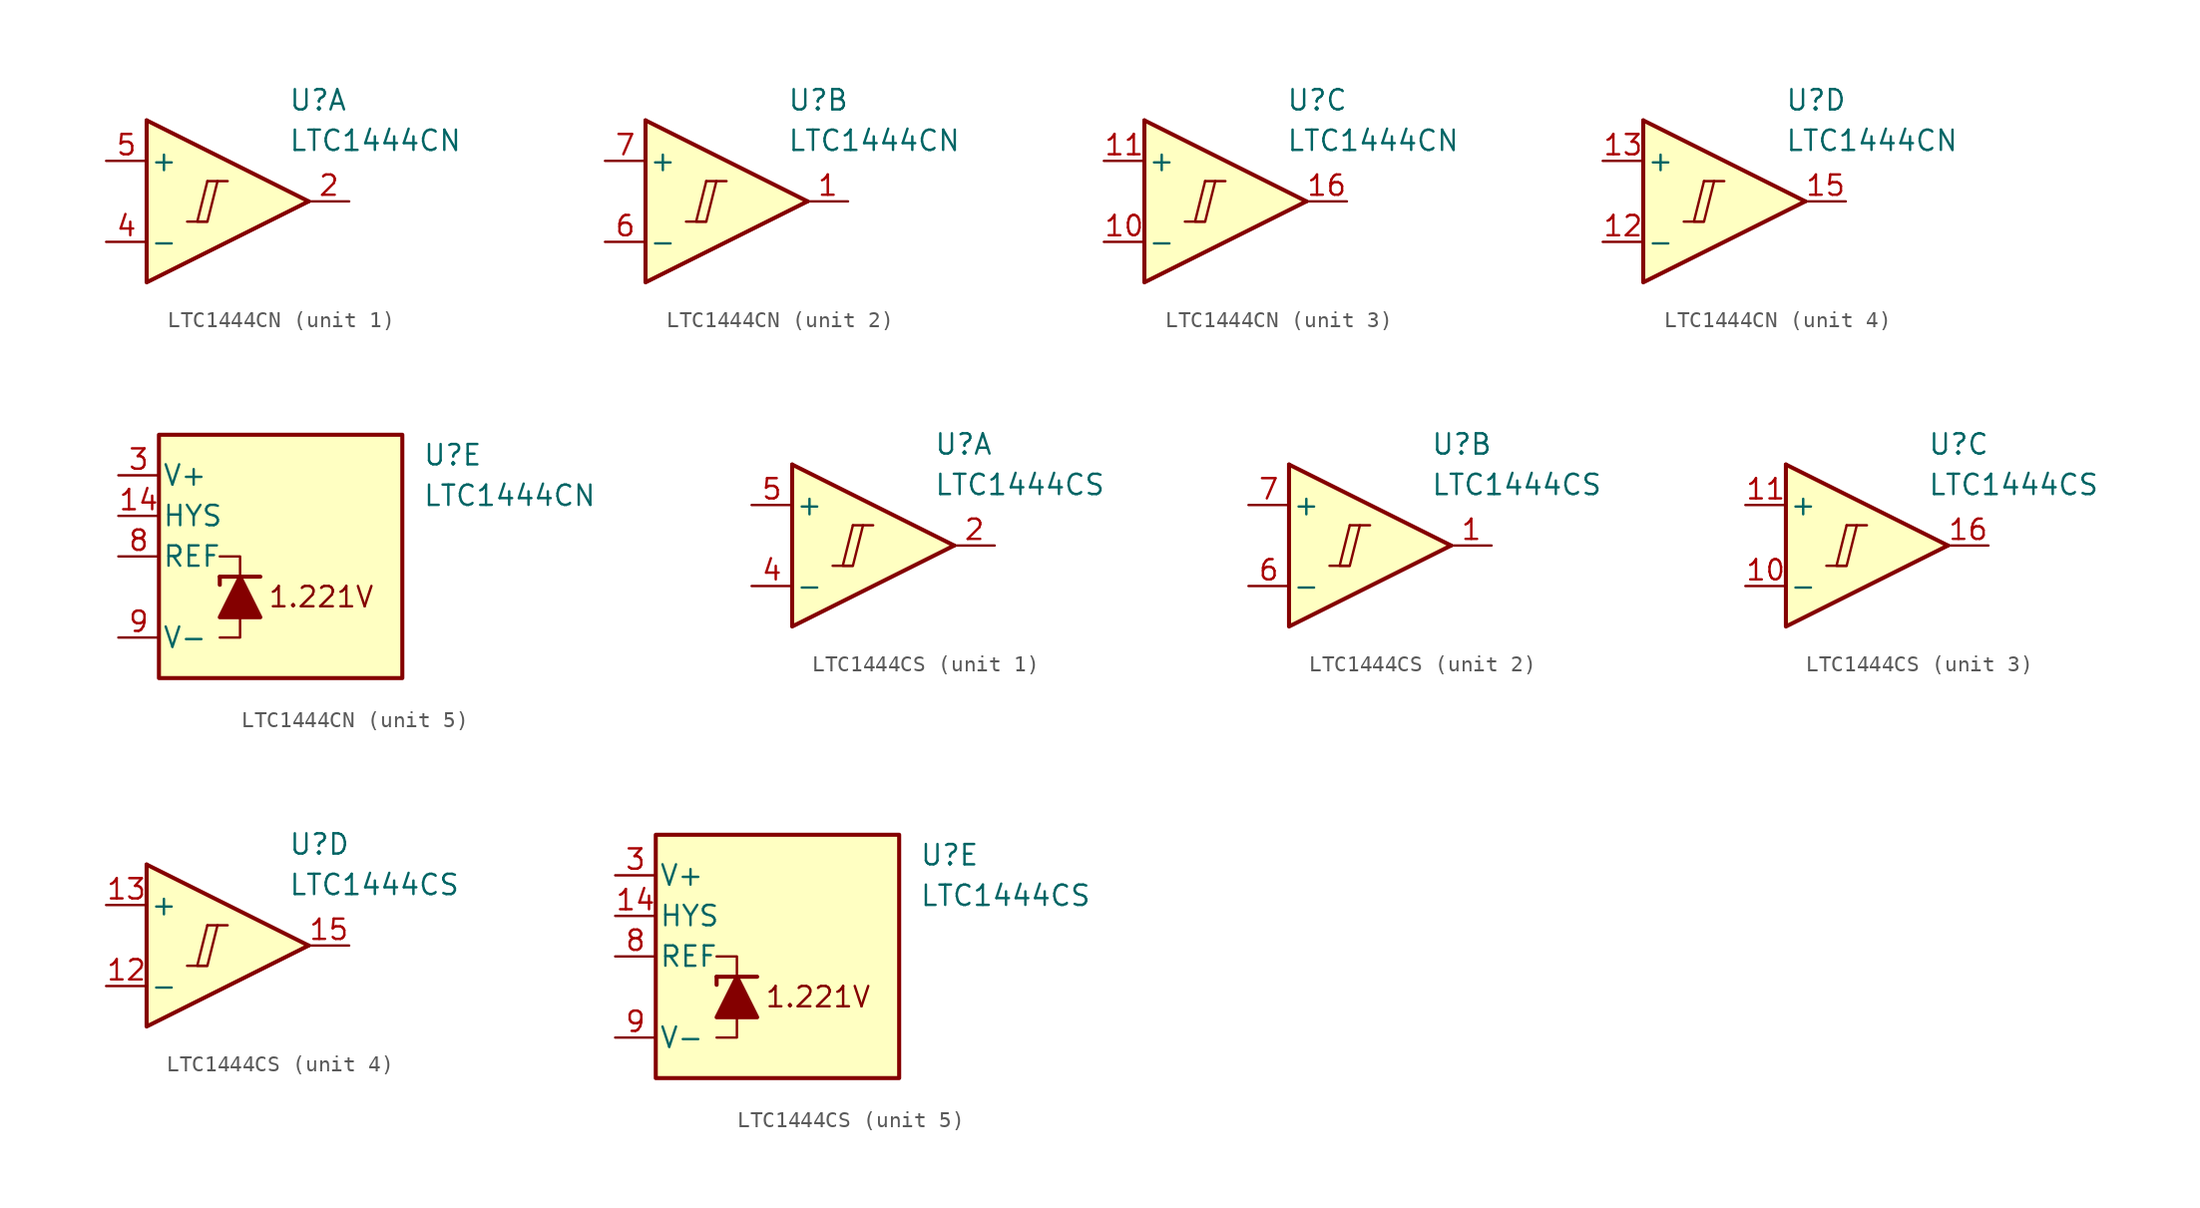
<source format=kicad_sym>
(kicad_symbol_lib
  (version 20231120)
  (generator "kicad_symbol_editor")
  (generator_version "8.0")
  (symbol "LTC1444CN"
    (pin_names
      (offset 0.2))
    (property "Reference" "U"
      (at 5.08 6.35 0)
      (effects (font (size 1.27 1.27)) (justify left)))
    (property "Value" "LTC1444CN"
      (at 5.08 3.81 0)
      (effects (font (size 1.27 1.27)) (justify left)))
    (property "ki_locked" ""
      (at 0 0 0)
      (effects (font (size 1.27 1.27))))
    (symbol "LTC1444CN_1_0"
      (polyline (pts (xy -1.27 -1.27) (xy 0 -1.27)) (stroke (width 0.152) (type default)) (fill (type none)))
      (polyline (pts (xy 0 1.27) (xy 1.27 1.27)) (stroke (width 0.152) (type default)) (fill (type none)))
      (polyline (pts (xy 0 1.27) (xy -0.635 -1.27) (xy 0 -1.27) (xy 0.635 1.27)) (stroke (width 0.152) (type default)) (fill (type none))))
    (symbol "LTC1444CN_1_1"
      (polyline (pts (xy -3.81 5.08) (xy 6.35 0)) (stroke (width 0.254) (type default)) (fill (type none)))
      (polyline (pts (xy -3.81 5.08) (xy -3.81 -5.08) (xy 6.35 0)) (stroke (width 0.254) (type default)) (fill (type background)))
      (pin output line (at 8.89 0 180) (length 2.54) (name "~" (effects (font (size 1.27 1.27)))) (number "2" (effects (font (size 1.27 1.27)))))
      (pin input line (at -6.35 -2.54 0) (length 2.54) (name "-" (effects (font (size 1.27 1.27)))) (number "4" (effects (font (size 1.27 1.27)))))
      (pin input line (at -6.35 2.54 0) (length 2.54) (name "+" (effects (font (size 1.27 1.27)))) (number "5" (effects (font (size 1.27 1.27))))))
    (symbol "LTC1444CN_2_0"
      (polyline (pts (xy -1.27 -1.27) (xy 0 -1.27)) (stroke (width 0.152) (type default)) (fill (type none)))
      (polyline (pts (xy 0 1.27) (xy 1.27 1.27)) (stroke (width 0.152) (type default)) (fill (type none)))
      (polyline (pts (xy 0 1.27) (xy -0.635 -1.27) (xy 0 -1.27) (xy 0.635 1.27)) (stroke (width 0.152) (type default)) (fill (type none))))
    (symbol "LTC1444CN_2_1"
      (polyline (pts (xy -3.81 5.08) (xy 6.35 0)) (stroke (width 0.254) (type default)) (fill (type none)))
      (polyline (pts (xy -3.81 5.08) (xy -3.81 -5.08) (xy 6.35 0)) (stroke (width 0.254) (type default)) (fill (type background)))
      (pin output line (at 8.89 0 180) (length 2.54) (name "~" (effects (font (size 1.27 1.27)))) (number "1" (effects (font (size 1.27 1.27)))))
      (pin input line (at -6.35 -2.54 0) (length 2.54) (name "-" (effects (font (size 1.27 1.27)))) (number "6" (effects (font (size 1.27 1.27)))))
      (pin input line (at -6.35 2.54 0) (length 2.54) (name "+" (effects (font (size 1.27 1.27)))) (number "7" (effects (font (size 1.27 1.27))))))
    (symbol "LTC1444CN_3_0"
      (polyline (pts (xy -1.27 -1.27) (xy 0 -1.27)) (stroke (width 0.152) (type default)) (fill (type none)))
      (polyline (pts (xy 0 1.27) (xy 1.27 1.27)) (stroke (width 0.152) (type default)) (fill (type none)))
      (polyline (pts (xy 0 1.27) (xy -0.635 -1.27) (xy 0 -1.27) (xy 0.635 1.27)) (stroke (width 0.152) (type default)) (fill (type none))))
    (symbol "LTC1444CN_3_1"
      (polyline (pts (xy -3.81 5.08) (xy 6.35 0)) (stroke (width 0.254) (type default)) (fill (type none)))
      (polyline (pts (xy -3.81 5.08) (xy -3.81 -5.08) (xy 6.35 0)) (stroke (width 0.254) (type default)) (fill (type background)))
      (pin input line (at -6.35 -2.54 0) (length 2.54) (name "-" (effects (font (size 1.27 1.27)))) (number "10" (effects (font (size 1.27 1.27)))))
      (pin input line (at -6.35 2.54 0) (length 2.54) (name "+" (effects (font (size 1.27 1.27)))) (number "11" (effects (font (size 1.27 1.27)))))
      (pin output line (at 8.89 0 180) (length 2.54) (name "~" (effects (font (size 1.27 1.27)))) (number "16" (effects (font (size 1.27 1.27))))))
    (symbol "LTC1444CN_4_0"
      (polyline (pts (xy -1.27 -1.27) (xy 0 -1.27)) (stroke (width 0.152) (type default)) (fill (type none)))
      (polyline (pts (xy 0 1.27) (xy 1.27 1.27)) (stroke (width 0.152) (type default)) (fill (type none)))
      (polyline (pts (xy 0 1.27) (xy -0.635 -1.27) (xy 0 -1.27) (xy 0.635 1.27)) (stroke (width 0.152) (type default)) (fill (type none))))
    (symbol "LTC1444CN_4_1"
      (polyline (pts (xy -3.81 5.08) (xy 6.35 0)) (stroke (width 0.254) (type default)) (fill (type none)))
      (polyline (pts (xy -3.81 5.08) (xy -3.81 -5.08) (xy 6.35 0)) (stroke (width 0.254) (type default)) (fill (type background)))
      (pin input line (at -6.35 -2.54 0) (length 2.54) (name "-" (effects (font (size 1.27 1.27)))) (number "12" (effects (font (size 1.27 1.27)))))
      (pin input line (at -6.35 2.54 0) (length 2.54) (name "+" (effects (font (size 1.27 1.27)))) (number "13" (effects (font (size 1.27 1.27)))))
      (pin output line (at 8.89 0 180) (length 2.54) (name "~" (effects (font (size 1.27 1.27)))) (number "15" (effects (font (size 1.27 1.27))))))
    (symbol "LTC1444CN_5_0"
      (text "1.221V" (at -1.27 -2.54 0) (effects (font (size 1.27 1.27)))))
    (symbol "LTC1444CN_5_1"
      (rectangle (start -11.43 7.62) (end 3.81 -7.62) (stroke (width 0.254) (type default)) (fill (type background)))
      (polyline (pts (xy -7.62 -1.27) (xy -7.62 -1.778)) (stroke (width 0.254) (type default)) (fill (type none)))
      (polyline (pts (xy -7.62 -1.27) (xy -5.08 -1.27)) (stroke (width 0.254) (type default)) (fill (type none)))
      (polyline (pts (xy -6.35 -3.81) (xy -6.35 -5.08) (xy -7.62 -5.08)) (stroke (width 0) (type default)) (fill (type none)))
      (polyline (pts (xy -6.35 -1.27) (xy -6.35 0) (xy -7.62 0)) (stroke (width 0) (type default)) (fill (type none)))
      (polyline (pts (xy -5.08 -3.81) (xy -7.62 -3.81) (xy -6.35 -1.27) (xy -5.08 -3.81)) (stroke (width 0.254) (type default)) (fill (type outline)))
      (pin input line (at -13.97 2.54 0) (length 2.54) (name "HYS" (effects (font (size 1.27 1.27)))) (number "14" (effects (font (size 1.27 1.27)))))
      (pin power_in line (at -13.97 5.08 0) (length 2.54) (name "V+" (effects (font (size 1.27 1.27)))) (number "3" (effects (font (size 1.27 1.27)))))
      (pin output line (at -13.97 0 0) (length 2.54) (name "REF" (effects (font (size 1.27 1.27)))) (number "8" (effects (font (size 1.27 1.27)))))
      (pin power_in line (at -13.97 -5.08 0) (length 2.54) (name "V-" (effects (font (size 1.27 1.27)))) (number "9" (effects (font (size 1.27 1.27)))))))
  (symbol "LTC1444CS"
    (pin_names
      (offset 0.2))
    (property "Reference" "U"
      (at 5.08 6.35 0)
      (effects (font (size 1.27 1.27)) (justify left)))
    (property "Value" "LTC1444CS"
      (at 5.08 3.81 0)
      (effects (font (size 1.27 1.27)) (justify left)))
    (property "ki_locked" ""
      (at 0 0 0)
      (effects (font (size 1.27 1.27))))
    (symbol "LTC1444CS_1_0"
      (polyline (pts (xy -1.27 -1.27) (xy 0 -1.27)) (stroke (width 0.152) (type default)) (fill (type none)))
      (polyline (pts (xy 0 1.27) (xy 1.27 1.27)) (stroke (width 0.152) (type default)) (fill (type none)))
      (polyline (pts (xy 0 1.27) (xy -0.635 -1.27) (xy 0 -1.27) (xy 0.635 1.27)) (stroke (width 0.152) (type default)) (fill (type none))))
    (symbol "LTC1444CS_1_1"
      (polyline (pts (xy -3.81 5.08) (xy 6.35 0)) (stroke (width 0.254) (type default)) (fill (type none)))
      (polyline (pts (xy -3.81 5.08) (xy -3.81 -5.08) (xy 6.35 0)) (stroke (width 0.254) (type default)) (fill (type background)))
      (pin output line (at 8.89 0 180) (length 2.54) (name "~" (effects (font (size 1.27 1.27)))) (number "2" (effects (font (size 1.27 1.27)))))
      (pin input line (at -6.35 -2.54 0) (length 2.54) (name "-" (effects (font (size 1.27 1.27)))) (number "4" (effects (font (size 1.27 1.27)))))
      (pin input line (at -6.35 2.54 0) (length 2.54) (name "+" (effects (font (size 1.27 1.27)))) (number "5" (effects (font (size 1.27 1.27))))))
    (symbol "LTC1444CS_2_0"
      (polyline (pts (xy -1.27 -1.27) (xy 0 -1.27)) (stroke (width 0.152) (type default)) (fill (type none)))
      (polyline (pts (xy 0 1.27) (xy 1.27 1.27)) (stroke (width 0.152) (type default)) (fill (type none)))
      (polyline (pts (xy 0 1.27) (xy -0.635 -1.27) (xy 0 -1.27) (xy 0.635 1.27)) (stroke (width 0.152) (type default)) (fill (type none))))
    (symbol "LTC1444CS_2_1"
      (polyline (pts (xy -3.81 5.08) (xy 6.35 0)) (stroke (width 0.254) (type default)) (fill (type none)))
      (polyline (pts (xy -3.81 5.08) (xy -3.81 -5.08) (xy 6.35 0)) (stroke (width 0.254) (type default)) (fill (type background)))
      (pin output line (at 8.89 0 180) (length 2.54) (name "~" (effects (font (size 1.27 1.27)))) (number "1" (effects (font (size 1.27 1.27)))))
      (pin input line (at -6.35 -2.54 0) (length 2.54) (name "-" (effects (font (size 1.27 1.27)))) (number "6" (effects (font (size 1.27 1.27)))))
      (pin input line (at -6.35 2.54 0) (length 2.54) (name "+" (effects (font (size 1.27 1.27)))) (number "7" (effects (font (size 1.27 1.27))))))
    (symbol "LTC1444CS_3_0"
      (polyline (pts (xy -1.27 -1.27) (xy 0 -1.27)) (stroke (width 0.152) (type default)) (fill (type none)))
      (polyline (pts (xy 0 1.27) (xy 1.27 1.27)) (stroke (width 0.152) (type default)) (fill (type none)))
      (polyline (pts (xy 0 1.27) (xy -0.635 -1.27) (xy 0 -1.27) (xy 0.635 1.27)) (stroke (width 0.152) (type default)) (fill (type none))))
    (symbol "LTC1444CS_3_1"
      (polyline (pts (xy -3.81 5.08) (xy 6.35 0)) (stroke (width 0.254) (type default)) (fill (type none)))
      (polyline (pts (xy -3.81 5.08) (xy -3.81 -5.08) (xy 6.35 0)) (stroke (width 0.254) (type default)) (fill (type background)))
      (pin input line (at -6.35 -2.54 0) (length 2.54) (name "-" (effects (font (size 1.27 1.27)))) (number "10" (effects (font (size 1.27 1.27)))))
      (pin input line (at -6.35 2.54 0) (length 2.54) (name "+" (effects (font (size 1.27 1.27)))) (number "11" (effects (font (size 1.27 1.27)))))
      (pin output line (at 8.89 0 180) (length 2.54) (name "~" (effects (font (size 1.27 1.27)))) (number "16" (effects (font (size 1.27 1.27))))))
    (symbol "LTC1444CS_4_0"
      (polyline (pts (xy -1.27 -1.27) (xy 0 -1.27)) (stroke (width 0.152) (type default)) (fill (type none)))
      (polyline (pts (xy 0 1.27) (xy 1.27 1.27)) (stroke (width 0.152) (type default)) (fill (type none)))
      (polyline (pts (xy 0 1.27) (xy -0.635 -1.27) (xy 0 -1.27) (xy 0.635 1.27)) (stroke (width 0.152) (type default)) (fill (type none))))
    (symbol "LTC1444CS_4_1"
      (polyline (pts (xy -3.81 5.08) (xy 6.35 0)) (stroke (width 0.254) (type default)) (fill (type none)))
      (polyline (pts (xy -3.81 5.08) (xy -3.81 -5.08) (xy 6.35 0)) (stroke (width 0.254) (type default)) (fill (type background)))
      (pin input line (at -6.35 -2.54 0) (length 2.54) (name "-" (effects (font (size 1.27 1.27)))) (number "12" (effects (font (size 1.27 1.27)))))
      (pin input line (at -6.35 2.54 0) (length 2.54) (name "+" (effects (font (size 1.27 1.27)))) (number "13" (effects (font (size 1.27 1.27)))))
      (pin output line (at 8.89 0 180) (length 2.54) (name "~" (effects (font (size 1.27 1.27)))) (number "15" (effects (font (size 1.27 1.27))))))
    (symbol "LTC1444CS_5_0"
      (text "1.221V" (at -1.27 -2.54 0) (effects (font (size 1.27 1.27)))))
    (symbol "LTC1444CS_5_1"
      (rectangle (start -11.43 7.62) (end 3.81 -7.62) (stroke (width 0.254) (type default)) (fill (type background)))
      (polyline (pts (xy -7.62 -1.27) (xy -7.62 -1.778)) (stroke (width 0.254) (type default)) (fill (type none)))
      (polyline (pts (xy -7.62 -1.27) (xy -5.08 -1.27)) (stroke (width 0.254) (type default)) (fill (type none)))
      (polyline (pts (xy -6.35 -3.81) (xy -6.35 -5.08) (xy -7.62 -5.08)) (stroke (width 0) (type default)) (fill (type none)))
      (polyline (pts (xy -6.35 -1.27) (xy -6.35 0) (xy -7.62 0)) (stroke (width 0) (type default)) (fill (type none)))
      (polyline (pts (xy -5.08 -3.81) (xy -7.62 -3.81) (xy -6.35 -1.27) (xy -5.08 -3.81)) (stroke (width 0.254) (type default)) (fill (type outline)))
      (pin input line (at -13.97 2.54 0) (length 2.54) (name "HYS" (effects (font (size 1.27 1.27)))) (number "14" (effects (font (size 1.27 1.27)))))
      (pin power_in line (at -13.97 5.08 0) (length 2.54) (name "V+" (effects (font (size 1.27 1.27)))) (number "3" (effects (font (size 1.27 1.27)))))
      (pin output line (at -13.97 0 0) (length 2.54) (name "REF" (effects (font (size 1.27 1.27)))) (number "8" (effects (font (size 1.27 1.27)))))
      (pin power_in line (at -13.97 -5.08 0) (length 2.54) (name "V-" (effects (font (size 1.27 1.27)))) (number "9" (effects (font (size 1.27 1.27))))))))
</source>
